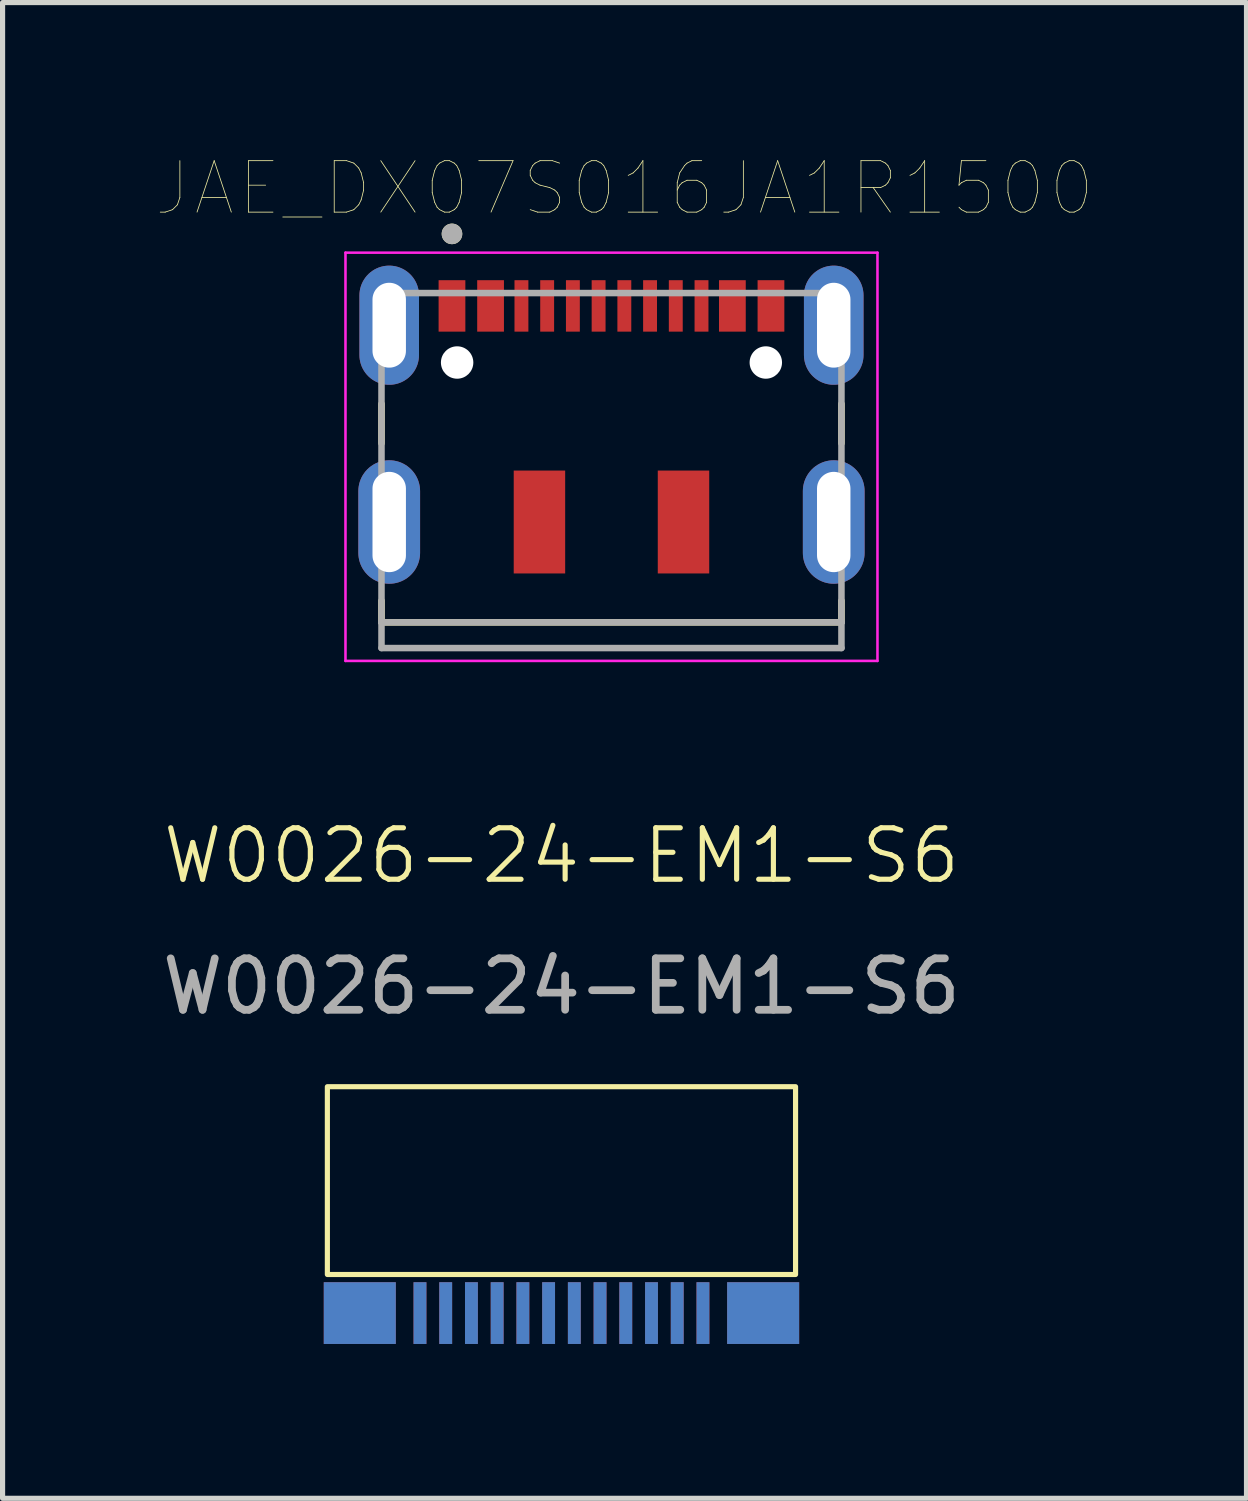
<source format=kicad_pcb>
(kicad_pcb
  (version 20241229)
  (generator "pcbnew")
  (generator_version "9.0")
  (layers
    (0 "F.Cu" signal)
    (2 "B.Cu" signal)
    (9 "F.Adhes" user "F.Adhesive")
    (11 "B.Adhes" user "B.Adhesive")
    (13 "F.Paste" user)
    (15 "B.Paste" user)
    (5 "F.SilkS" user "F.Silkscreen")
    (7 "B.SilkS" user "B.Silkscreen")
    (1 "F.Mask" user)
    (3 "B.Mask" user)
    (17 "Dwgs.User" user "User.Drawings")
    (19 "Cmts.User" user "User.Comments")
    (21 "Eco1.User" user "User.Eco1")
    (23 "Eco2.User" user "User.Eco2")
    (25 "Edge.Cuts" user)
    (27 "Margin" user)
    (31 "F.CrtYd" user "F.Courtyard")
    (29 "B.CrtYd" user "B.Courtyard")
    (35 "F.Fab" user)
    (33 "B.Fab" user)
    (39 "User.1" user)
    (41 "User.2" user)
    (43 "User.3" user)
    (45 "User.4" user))
  (footprint "W0026-24-EM1-S6"
    (layer "F.Cu")
    (at 7.863 22.472)
    (property "Reference" "W0026-24-EM1-S6" (at 0 -8.89 0) (unlocked yes) (layer "F.SilkS") (effects (font (size 1 1) (thickness 0.1))))
    (attr smd)
    (fp_rect (start -4.55 -4.4) (end 4.55 -0.75) (stroke (width 0.1) (type default)) (fill no) (layer "F.SilkS"))
    (fp_text user "${REFERENCE}" (at 0 -6.35 0) (unlocked yes) (layer "F.Fab") (effects (font (size 1 1) (thickness 0.15))))
    (pad "A1" smd rect (at 2.75 0) (size 0.25 1.2) (layers "F.Cu" "F.Mask" "F.Paste"))
    (pad "A2" smd rect (at 2.25 0) (size 0.25 1.2) (layers "F.Cu" "F.Mask" "F.Paste"))
    (pad "A3" smd rect (at 1.75 0) (size 0.25 1.2) (layers "F.Cu" "F.Mask" "F.Paste"))
    (pad "A4" smd rect (at 1.25 0) (size 0.25 1.2) (layers "F.Cu" "F.Mask" "F.Paste"))
    (pad "A5" smd rect (at 0.75 0) (size 0.25 1.2) (layers "F.Cu" "F.Mask" "F.Paste"))
    (pad "A6" smd rect (at 0.25 0) (size 0.25 1.2) (layers "F.Cu" "F.Mask" "F.Paste"))
    (pad "A7" smd rect (at -0.25 0) (size 0.25 1.2) (layers "F.Cu" "F.Mask" "F.Paste"))
    (pad "A8" smd rect (at -0.75 0) (size 0.25 1.2) (layers "F.Cu" "F.Mask" "F.Paste"))
    (pad "A9" smd rect (at -1.25 0) (size 0.25 1.2) (layers "F.Cu" "F.Mask" "F.Paste"))
    (pad "A10" smd rect (at -1.75 0) (size 0.25 1.2) (layers "F.Cu" "F.Mask" "F.Paste"))
    (pad "A11" smd rect (at -2.25 0) (size 0.25 1.2) (layers "F.Cu" "F.Mask" "F.Paste"))
    (pad "A12" smd rect (at -2.75 0) (size 0.25 1.2) (layers "F.Cu" "F.Mask" "F.Paste"))
    (pad "B1" smd rect (at 2.75 0) (size 0.25 1.2) (layers "B.Cu" "B.Mask" "B.Paste"))
    (pad "B2" smd rect (at 2.25 0) (size 0.25 1.2) (layers "B.Cu" "B.Mask" "B.Paste"))
    (pad "B3" smd rect (at 1.75 0) (size 0.25 1.2) (layers "B.Cu" "B.Mask" "B.Paste"))
    (pad "B4" smd rect (at 1.25 0) (size 0.25 1.2) (layers "B.Cu" "B.Mask" "B.Paste"))
    (pad "B5" smd rect (at 0.75 0) (size 0.25 1.2) (layers "B.Cu" "B.Mask" "B.Paste"))
    (pad "B6" smd rect (at 0.25 0) (size 0.25 1.2) (layers "B.Cu" "B.Mask" "B.Paste"))
    (pad "B7" smd rect (at -0.25 0) (size 0.25 1.2) (layers "B.Cu" "B.Mask" "B.Paste"))
    (pad "B8" smd rect (at -0.75 0) (size 0.25 1.2) (layers "B.Cu" "B.Mask" "B.Paste"))
    (pad "B9" smd rect (at -1.25 0) (size 0.25 1.2) (layers "B.Cu" "B.Mask" "B.Paste"))
    (pad "B10" smd rect (at -1.75 0) (size 0.25 1.2) (layers "B.Cu" "B.Mask" "B.Paste"))
    (pad "B11" smd rect (at -2.25 0) (size 0.25 1.2) (layers "B.Cu" "B.Mask" "B.Paste"))
    (pad "B12" smd rect (at -2.75 0) (size 0.25 1.2) (layers "B.Cu" "B.Mask" "B.Paste"))
    (pad "S1" smd rect (at 3.92 0) (size 1.4 1.2) (layers "F.Cu" "F.Mask" "F.Paste"))
    (pad "S2" smd rect (at -3.92 0) (size 1.4 1.2) (layers "F.Cu" "F.Mask" "F.Paste"))
    (pad "S3" smd rect (at 3.92 0) (size 1.4 1.2) (layers "B.Cu" "B.Mask" "B.Paste"))
    (pad "S4" smd rect (at -3.92 0) (size 1.4 1.2) (layers "B.Cu" "B.Mask" "B.Paste")))
  (footprint "JAE_DX07S016JA1R1500"
    (layer "F.Cu")
    (at 8.835 3.996)
    (property "Reference" "JAE_DX07S016JA1R1500" (at 0.254 -3.385 0) (layer "F.SilkS") (effects (font (size 1 1) (thickness 0.015))))
    (attr through_hole)
    (fp_line (start -4.47 0.805) (end -4.47 1.57) (stroke (width 0.127) (type solid)) (layer "F.SilkS"))
    (fp_line (start -4.47 5.05) (end -4.47 4.63) (stroke (width 0.127) (type solid)) (layer "F.SilkS"))
    (fp_line (start 4.47 0.805) (end 4.47 1.57) (stroke (width 0.127) (type solid)) (layer "F.SilkS"))
    (fp_line (start 4.47 4.63) (end 4.47 5.05) (stroke (width 0.127) (type solid)) (layer "F.SilkS"))
    (fp_line (start 4.47 5.05) (end -4.47 5.05) (stroke (width 0.127) (type solid)) (layer "F.SilkS"))
    (fp_circle (center -3.1 -2.5) (end -3 -2.5) (stroke (width 0.2) (type solid)) (fill no) (layer "F.SilkS"))
    (fp_line (start -5.17 -2.135) (end 5.17 -2.135) (stroke (width 0.05) (type solid)) (layer "F.CrtYd"))
    (fp_line (start -5.17 5.8) (end -5.17 -2.135) (stroke (width 0.05) (type solid)) (layer "F.CrtYd"))
    (fp_line (start 5.17 -2.135) (end 5.17 5.8) (stroke (width 0.05) (type solid)) (layer "F.CrtYd"))
    (fp_line (start 5.17 5.8) (end -5.17 5.8) (stroke (width 0.05) (type solid)) (layer "F.CrtYd"))
    (fp_line (start -4.47 -1.35) (end 4.47 -1.35) (stroke (width 0.127) (type solid)) (layer "F.Fab"))
    (fp_line (start -4.47 5.05) (end -4.47 -1.35) (stroke (width 0.127) (type solid)) (layer "F.Fab"))
    (fp_line (start -4.47 5.55) (end -4.47 5.05) (stroke (width 0.127) (type solid)) (layer "F.Fab"))
    (fp_line (start 4.47 -1.35) (end 4.47 5.05) (stroke (width 0.127) (type solid)) (layer "F.Fab"))
    (fp_line (start 4.47 5.05) (end -4.47 5.05) (stroke (width 0.127) (type solid)) (layer "F.Fab"))
    (fp_line (start 4.47 5.05) (end 4.47 5.55) (stroke (width 0.127) (type solid)) (layer "F.Fab"))
    (fp_line (start 4.47 5.55) (end -4.47 5.55) (stroke (width 0.127) (type solid)) (layer "F.Fab"))
    (fp_circle (center -3.1 -2.5) (end -3 -2.5) (stroke (width 0.2) (type solid)) (fill no) (layer "F.Fab"))
    (pad "" np_thru_hole circle (at -3 0) (size 0.63 0.63) (drill 0.63) (layers "*.Cu" "*.Mask"))
    (pad "" np_thru_hole circle (at 3 0) (size 0.63 0.63) (drill 0.63) (layers "*.Cu" "*.Mask"))
    (pad "A1" smd rect (at -3.1 -1.1) (size 0.52 1) (layers "F.Cu" "F.Mask" "F.Paste"))
    (pad "A1" smd rect (at 3.1 -1.1) (size 0.52 1) (layers "F.Cu" "F.Mask" "F.Paste"))
    (pad "A4" smd rect (at -2.35 -1.1) (size 0.52 1) (layers "F.Cu" "F.Mask" "F.Paste"))
    (pad "A4" smd rect (at 2.35 -1.1) (size 0.52 1) (layers "F.Cu" "F.Mask" "F.Paste"))
    (pad "A5" smd rect (at -1.75 -1.1) (size 0.27 1) (layers "F.Cu" "F.Mask" "F.Paste"))
    (pad "A6" smd rect (at -0.25 -1.1) (size 0.27 1) (layers "F.Cu" "F.Mask" "F.Paste"))
    (pad "A7" smd rect (at 0.75 -1.1) (size 0.27 1) (layers "F.Cu" "F.Mask" "F.Paste"))
    (pad "A8" smd rect (at 1.75 -1.1) (size 0.27 1) (layers "F.Cu" "F.Mask" "F.Paste"))
    (pad "B5" smd rect (at 1.25 -1.1) (size 0.27 1) (layers "F.Cu" "F.Mask" "F.Paste"))
    (pad "B6" smd rect (at 0.25 -1.1) (size 0.27 1) (layers "F.Cu" "F.Mask" "F.Paste"))
    (pad "B7" smd rect (at -0.75 -1.1) (size 0.27 1) (layers "F.Cu" "F.Mask" "F.Paste"))
    (pad "B8" smd rect (at -1.25 -1.1) (size 0.27 1) (layers "F.Cu" "F.Mask" "F.Paste"))
    (pad "S1" thru_hole oval (at -4.32 -0.725) (size 1.158 2.316) (drill oval 0.65 1.65) (layers "*.Cu" "*.Mask"))
    (pad "S1" thru_hole oval (at -4.32 3.1) (size 1.2 2.4) (drill oval 0.65 1.95) (layers "*.Cu" "*.Mask"))
    (pad "S1" smd rect (at -1.4 3.1) (size 1 2) (layers "F.Cu" "F.Mask" "F.Paste"))
    (pad "S1" smd rect (at 1.4 3.1) (size 1 2) (layers "F.Cu" "F.Mask" "F.Paste"))
    (pad "S1" thru_hole oval (at 4.32 -0.725) (size 1.158 2.316) (drill oval 0.65 1.65) (layers "*.Cu" "*.Mask"))
    (pad "S1" thru_hole oval (at 4.32 3.1) (size 1.2 2.4) (drill oval 0.65 1.95) (layers "*.Cu" "*.Mask")))
  (gr_rect
    (start -3 -3)
    (end 21.178 26.072)
    (stroke (width 0.1) (type default))
    (fill no)
    (layer "Edge.Cuts")))
</source>
